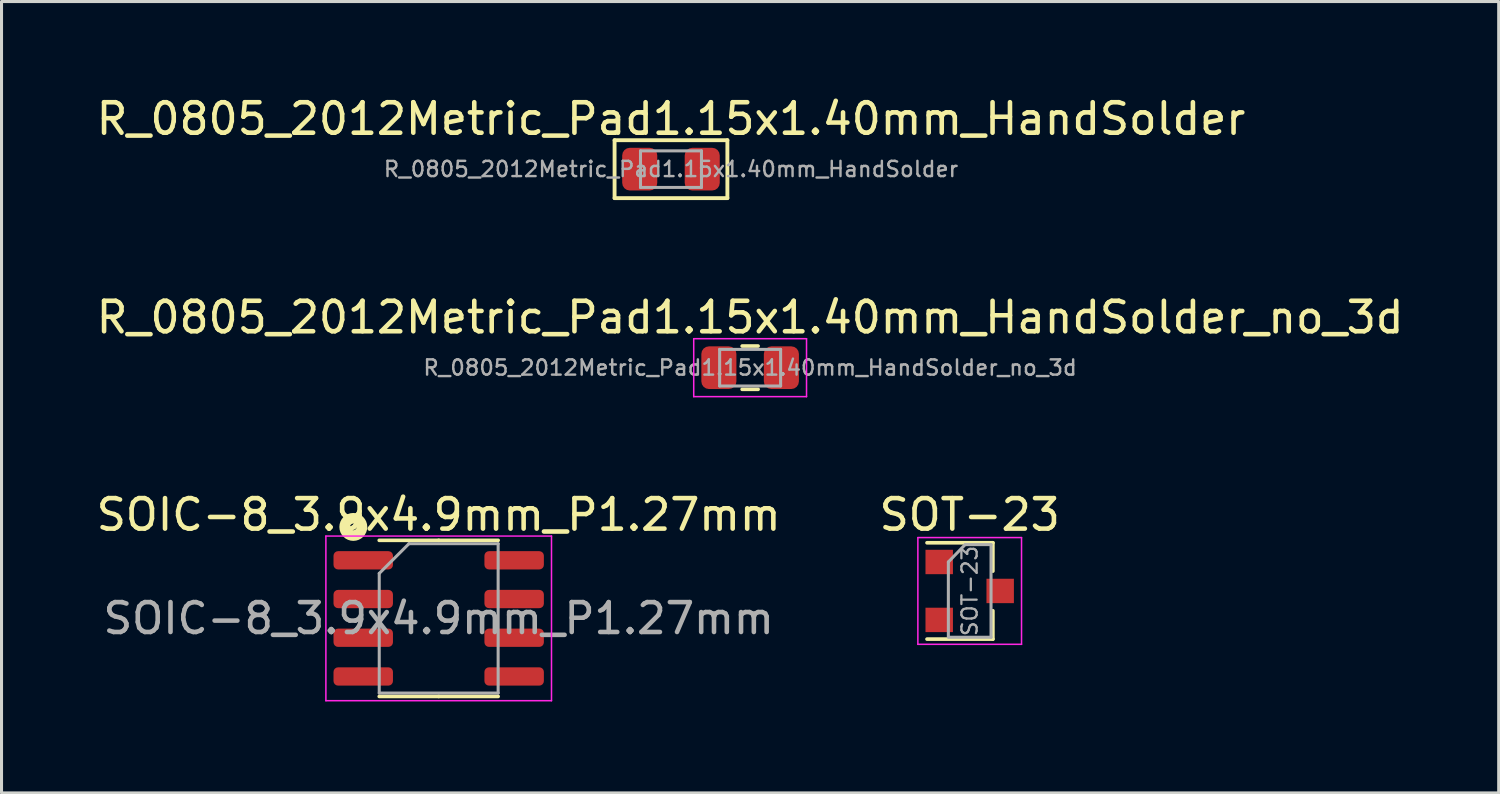
<source format=kicad_pcb>
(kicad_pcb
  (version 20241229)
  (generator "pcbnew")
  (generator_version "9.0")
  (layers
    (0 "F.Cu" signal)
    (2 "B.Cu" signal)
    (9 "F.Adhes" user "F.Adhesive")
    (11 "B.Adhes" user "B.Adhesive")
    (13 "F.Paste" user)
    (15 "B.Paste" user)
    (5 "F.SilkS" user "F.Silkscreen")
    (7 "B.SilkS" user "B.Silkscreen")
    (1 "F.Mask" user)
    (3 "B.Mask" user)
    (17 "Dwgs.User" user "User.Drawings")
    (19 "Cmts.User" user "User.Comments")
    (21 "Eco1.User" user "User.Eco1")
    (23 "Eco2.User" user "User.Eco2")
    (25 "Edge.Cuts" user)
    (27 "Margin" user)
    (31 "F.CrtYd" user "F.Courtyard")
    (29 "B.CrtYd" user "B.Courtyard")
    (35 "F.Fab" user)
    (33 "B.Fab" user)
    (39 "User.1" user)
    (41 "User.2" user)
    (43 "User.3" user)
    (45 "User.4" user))
  (footprint "R_0805_2012Metric_Pad1.15x1.40mm_HandSolder"
    (layer "F.Cu")
    (at 18.958 2.498)
    (property "Reference" "R_0805_2012Metric_Pad1.15x1.40mm_HandSolder" (at 0 -1.65 0) (layer "F.SilkS") (effects (font (size 1 1) (thickness 0.15))))
    (attr smd)
    (fp_line (start -1.85 -0.95) (end 1.85 -0.95) (stroke (width 0.127) (type solid)) (layer "F.SilkS"))
    (fp_line (start -1.85 0.95) (end -1.85 -0.95) (stroke (width 0.127) (type solid)) (layer "F.SilkS"))
    (fp_line (start 1.85 -0.95) (end 1.85 0.95) (stroke (width 0.127) (type solid)) (layer "F.SilkS"))
    (fp_line (start 1.85 0.95) (end -1.85 0.95) (stroke (width 0.127) (type solid)) (layer "F.SilkS"))
    (fp_line (start -1 -0.6) (end 1 -0.6) (stroke (width 0.1) (type solid)) (layer "F.Fab"))
    (fp_line (start -1 0.6) (end -1 -0.6) (stroke (width 0.1) (type solid)) (layer "F.Fab"))
    (fp_line (start 1 -0.6) (end 1 0.6) (stroke (width 0.1) (type solid)) (layer "F.Fab"))
    (fp_line (start 1 0.6) (end -1 0.6) (stroke (width 0.1) (type solid)) (layer "F.Fab"))
    (fp_text user "${REFERENCE}" (at 0 0 0) (layer "F.Fab") (effects (font (size 0.5 0.5) (thickness 0.08))))
    (pad "1" smd roundrect (at -1.025 0) (size 1.15 1.4) (layers "F.Cu" "F.Mask" "F.Paste") (roundrect_rratio 0.217))
    (pad "2" smd roundrect (at 1.025 0) (size 1.15 1.4) (layers "F.Cu" "F.Mask" "F.Paste") (roundrect_rratio 0.217)))
  (footprint "SOIC-8_3.9x4.9mm_P1.27mm"
    (layer "F.Cu")
    (at 11.339 17.233)
    (property "Reference" "SOIC-8_3.9x4.9mm_P1.27mm" (at 0 -3.4 0) (layer "F.SilkS") (effects (font (size 1 1) (thickness 0.15))))
    (attr smd)
    (fp_line (start 0 -2.56) (end -1.95 -2.56) (stroke (width 0.12) (type solid)) (layer "F.SilkS"))
    (fp_line (start 0 -2.56) (end 1.95 -2.56) (stroke (width 0.12) (type solid)) (layer "F.SilkS"))
    (fp_line (start 0 2.56) (end -1.95 2.56) (stroke (width 0.12) (type solid)) (layer "F.SilkS"))
    (fp_line (start 0 2.56) (end 1.95 2.56) (stroke (width 0.12) (type solid)) (layer "F.SilkS"))
    (fp_circle (center -2.8 -3) (end -2.517 -3) (stroke (width 0.35) (type solid)) (fill no) (layer "F.SilkS"))
    (fp_line (start -3.7 -2.7) (end -3.7 2.7) (stroke (width 0.05) (type solid)) (layer "F.CrtYd"))
    (fp_line (start -3.7 2.7) (end 3.7 2.7) (stroke (width 0.05) (type solid)) (layer "F.CrtYd"))
    (fp_line (start 3.7 -2.7) (end -3.7 -2.7) (stroke (width 0.05) (type solid)) (layer "F.CrtYd"))
    (fp_line (start 3.7 2.7) (end 3.7 -2.7) (stroke (width 0.05) (type solid)) (layer "F.CrtYd"))
    (fp_line (start -1.95 -1.475) (end -0.975 -2.45) (stroke (width 0.1) (type solid)) (layer "F.Fab"))
    (fp_line (start -1.95 2.45) (end -1.95 -1.475) (stroke (width 0.1) (type solid)) (layer "F.Fab"))
    (fp_line (start -0.975 -2.45) (end 1.95 -2.45) (stroke (width 0.1) (type solid)) (layer "F.Fab"))
    (fp_line (start 1.95 -2.45) (end 1.95 2.45) (stroke (width 0.1) (type solid)) (layer "F.Fab"))
    (fp_line (start 1.95 2.45) (end -1.95 2.45) (stroke (width 0.1) (type solid)) (layer "F.Fab"))
    (fp_text user "${REFERENCE}" (at 0 0 0) (layer "F.Fab") (effects (font (size 0.98 0.98) (thickness 0.15))))
    (pad "1" smd roundrect (at -2.475 -1.905) (size 1.95 0.6) (layers "F.Cu" "F.Mask" "F.Paste") (roundrect_rratio 0.25))
    (pad "2" smd roundrect (at -2.475 -0.635) (size 1.95 0.6) (layers "F.Cu" "F.Mask" "F.Paste") (roundrect_rratio 0.25))
    (pad "3" smd roundrect (at -2.475 0.635) (size 1.95 0.6) (layers "F.Cu" "F.Mask" "F.Paste") (roundrect_rratio 0.25))
    (pad "4" smd roundrect (at -2.475 1.905) (size 1.95 0.6) (layers "F.Cu" "F.Mask" "F.Paste") (roundrect_rratio 0.25))
    (pad "5" smd roundrect (at 2.475 1.905) (size 1.95 0.6) (layers "F.Cu" "F.Mask" "F.Paste") (roundrect_rratio 0.25))
    (pad "6" smd roundrect (at 2.475 0.635) (size 1.95 0.6) (layers "F.Cu" "F.Mask" "F.Paste") (roundrect_rratio 0.25))
    (pad "7" smd roundrect (at 2.475 -0.635) (size 1.95 0.6) (layers "F.Cu" "F.Mask" "F.Paste") (roundrect_rratio 0.25))
    (pad "8" smd roundrect (at 2.475 -1.905) (size 1.95 0.6) (layers "F.Cu" "F.Mask" "F.Paste") (roundrect_rratio 0.25)))
  (footprint "SOT-23"
    (layer "F.Cu")
    (at 28.756 16.333)
    (property "Reference" "SOT-23" (at 0 -2.5 0) (layer "F.SilkS") (effects (font (size 1 1) (thickness 0.15))))
    (attr smd)
    (fp_line (start 0.76 -1.58) (end -1.4 -1.58) (stroke (width 0.12) (type solid)) (layer "F.SilkS"))
    (fp_line (start 0.76 -1.58) (end 0.76 -0.65) (stroke (width 0.12) (type solid)) (layer "F.SilkS"))
    (fp_line (start 0.76 1.58) (end -1.4 1.58) (stroke (width 0.12) (type solid)) (layer "F.SilkS"))
    (fp_line (start 0.76 1.58) (end 0.76 0.65) (stroke (width 0.12) (type solid)) (layer "F.SilkS"))
    (fp_line (start -1.7 -1.75) (end 1.7 -1.75) (stroke (width 0.05) (type solid)) (layer "F.CrtYd"))
    (fp_line (start -1.7 1.75) (end -1.7 -1.75) (stroke (width 0.05) (type solid)) (layer "F.CrtYd"))
    (fp_line (start 1.7 -1.75) (end 1.7 1.75) (stroke (width 0.05) (type solid)) (layer "F.CrtYd"))
    (fp_line (start 1.7 1.75) (end -1.7 1.75) (stroke (width 0.05) (type solid)) (layer "F.CrtYd"))
    (fp_line (start -0.7 -0.95) (end -0.7 1.5) (stroke (width 0.1) (type solid)) (layer "F.Fab"))
    (fp_line (start -0.7 -0.95) (end -0.15 -1.52) (stroke (width 0.1) (type solid)) (layer "F.Fab"))
    (fp_line (start -0.7 1.52) (end 0.7 1.52) (stroke (width 0.1) (type solid)) (layer "F.Fab"))
    (fp_line (start -0.15 -1.52) (end 0.7 -1.52) (stroke (width 0.1) (type solid)) (layer "F.Fab"))
    (fp_line (start 0.7 -1.52) (end 0.7 1.52) (stroke (width 0.1) (type solid)) (layer "F.Fab"))
    (fp_text user "${REFERENCE}" (at 0 0 90) (layer "F.Fab") (effects (font (size 0.5 0.5) (thickness 0.075))))
    (pad "1" smd rect (at -1 -0.95) (size 0.9 0.8) (layers "F.Cu" "F.Mask" "F.Paste"))
    (pad "2" smd rect (at -1 0.95) (size 0.9 0.8) (layers "F.Cu" "F.Mask" "F.Paste"))
    (pad "3" smd rect (at 1 0) (size 0.9 0.8) (layers "F.Cu" "F.Mask" "F.Paste")))
  (footprint "R_0805_2012Metric_Pad1.15x1.40mm_HandSolder_no_3d"
    (layer "F.Cu")
    (at 21.554 9.01)
    (property "Reference" "R_0805_2012Metric_Pad1.15x1.40mm_HandSolder_no_3d" (at 0 -1.65 0) (layer "F.SilkS") (effects (font (size 1 1) (thickness 0.15))))
    (attr smd)
    (fp_line (start -0.261 -0.71) (end 0.261 -0.71) (stroke (width 0.12) (type solid)) (layer "F.SilkS"))
    (fp_line (start -0.261 0.71) (end 0.261 0.71) (stroke (width 0.12) (type solid)) (layer "F.SilkS"))
    (fp_line (start -1.85 -0.95) (end 1.85 -0.95) (stroke (width 0.05) (type solid)) (layer "F.CrtYd"))
    (fp_line (start -1.85 0.95) (end -1.85 -0.95) (stroke (width 0.05) (type solid)) (layer "F.CrtYd"))
    (fp_line (start 1.85 -0.95) (end 1.85 0.95) (stroke (width 0.05) (type solid)) (layer "F.CrtYd"))
    (fp_line (start 1.85 0.95) (end -1.85 0.95) (stroke (width 0.05) (type solid)) (layer "F.CrtYd"))
    (fp_line (start -1 -0.6) (end 1 -0.6) (stroke (width 0.1) (type solid)) (layer "F.Fab"))
    (fp_line (start -1 0.6) (end -1 -0.6) (stroke (width 0.1) (type solid)) (layer "F.Fab"))
    (fp_line (start 1 -0.6) (end 1 0.6) (stroke (width 0.1) (type solid)) (layer "F.Fab"))
    (fp_line (start 1 0.6) (end -1 0.6) (stroke (width 0.1) (type solid)) (layer "F.Fab"))
    (fp_text user "${REFERENCE}" (at 0 0 0) (layer "F.Fab") (effects (font (size 0.5 0.5) (thickness 0.08))))
    (pad "1" smd roundrect (at -1.025 0) (size 1.15 1.4) (layers "F.Cu" "F.Mask" "F.Paste") (roundrect_rratio 0.217))
    (pad "2" smd roundrect (at 1.025 0) (size 1.15 1.4) (layers "F.Cu" "F.Mask" "F.Paste") (roundrect_rratio 0.217)))
  (gr_rect
    (start -3 -3)
    (end 46.107 22.958)
    (stroke (width 0.1) (type default))
    (fill no)
    (layer "Edge.Cuts")))
</source>
